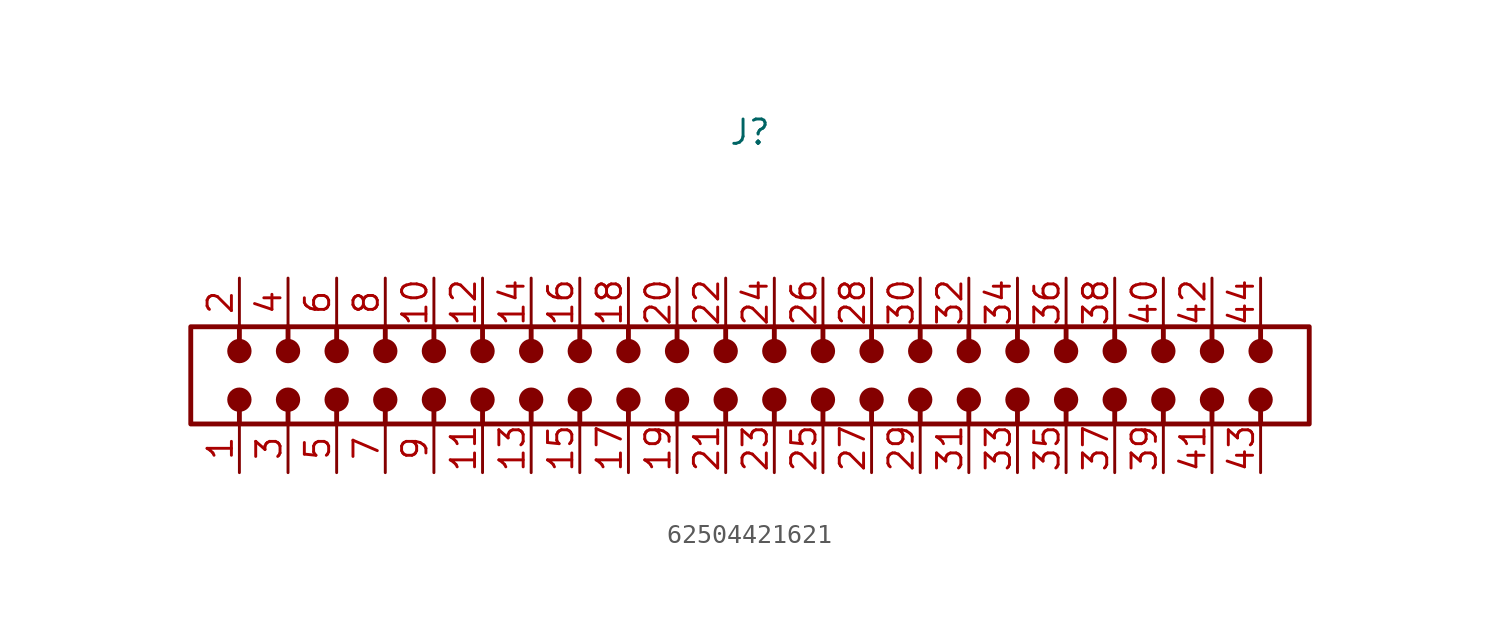
<source format=kicad_sym>
(kicad_symbol_lib
  (version 20241209)
  (generator "kicad_symbol_editor")
  (generator_version "9.0")
  (symbol "62504421621"
    (pin_names
      (hide yes))
    (property "Reference" "J"
      (at 0 12.7 0)
      (effects (font (size 1.27 1.27))))
    (symbol "62504421621_1_1"
      (rectangle (start -29.21 2.54) (end 29.21 -2.54) (stroke (width 0.254) (type solid)) (fill (type none)))
      (polyline (pts (xy -26.67 1.778) (xy -26.67 2.54)) (stroke (width 0.254) (type solid)) (fill (type none)))
      (circle (center -26.67 1.27) (radius 0.508) (stroke (width 0.254) (type solid)) (fill (type outline)))
      (circle (center -26.67 -1.27) (radius 0.508) (stroke (width 0.254) (type solid)) (fill (type outline)))
      (polyline (pts (xy -26.67 -1.778) (xy -26.67 -2.54)) (stroke (width 0.254) (type solid)) (fill (type none)))
      (polyline (pts (xy -24.13 1.778) (xy -24.13 2.54)) (stroke (width 0.254) (type solid)) (fill (type none)))
      (circle (center -24.13 1.27) (radius 0.508) (stroke (width 0.254) (type solid)) (fill (type outline)))
      (circle (center -24.13 -1.27) (radius 0.508) (stroke (width 0.254) (type solid)) (fill (type outline)))
      (polyline (pts (xy -24.13 -1.778) (xy -24.13 -2.54)) (stroke (width 0.254) (type solid)) (fill (type none)))
      (polyline (pts (xy -21.59 1.778) (xy -21.59 2.54)) (stroke (width 0.254) (type solid)) (fill (type none)))
      (circle (center -21.59 1.27) (radius 0.508) (stroke (width 0.254) (type solid)) (fill (type outline)))
      (circle (center -21.59 -1.27) (radius 0.508) (stroke (width 0.254) (type solid)) (fill (type outline)))
      (polyline (pts (xy -21.59 -1.778) (xy -21.59 -2.54)) (stroke (width 0.254) (type solid)) (fill (type none)))
      (polyline (pts (xy -19.05 1.778) (xy -19.05 2.54)) (stroke (width 0.254) (type solid)) (fill (type none)))
      (circle (center -19.05 1.27) (radius 0.508) (stroke (width 0.254) (type solid)) (fill (type outline)))
      (circle (center -19.05 -1.27) (radius 0.508) (stroke (width 0.254) (type solid)) (fill (type outline)))
      (polyline (pts (xy -19.05 -1.778) (xy -19.05 -2.54)) (stroke (width 0.254) (type solid)) (fill (type none)))
      (polyline (pts (xy -16.51 1.778) (xy -16.51 2.54)) (stroke (width 0.254) (type solid)) (fill (type none)))
      (circle (center -16.51 1.27) (radius 0.508) (stroke (width 0.254) (type solid)) (fill (type outline)))
      (circle (center -16.51 -1.27) (radius 0.508) (stroke (width 0.254) (type solid)) (fill (type outline)))
      (polyline (pts (xy -16.51 -1.778) (xy -16.51 -2.54)) (stroke (width 0.254) (type solid)) (fill (type none)))
      (polyline (pts (xy -13.97 1.778) (xy -13.97 2.54)) (stroke (width 0.254) (type solid)) (fill (type none)))
      (circle (center -13.97 1.27) (radius 0.508) (stroke (width 0.254) (type solid)) (fill (type outline)))
      (circle (center -13.97 -1.27) (radius 0.508) (stroke (width 0.254) (type solid)) (fill (type outline)))
      (polyline (pts (xy -13.97 -1.778) (xy -13.97 -2.54)) (stroke (width 0.254) (type solid)) (fill (type none)))
      (polyline (pts (xy -11.43 1.778) (xy -11.43 2.54)) (stroke (width 0.254) (type solid)) (fill (type none)))
      (circle (center -11.43 1.27) (radius 0.508) (stroke (width 0.254) (type solid)) (fill (type outline)))
      (circle (center -11.43 -1.27) (radius 0.508) (stroke (width 0.254) (type solid)) (fill (type outline)))
      (polyline (pts (xy -11.43 -1.778) (xy -11.43 -2.54)) (stroke (width 0.254) (type solid)) (fill (type none)))
      (polyline (pts (xy -8.89 1.778) (xy -8.89 2.54)) (stroke (width 0.254) (type solid)) (fill (type none)))
      (circle (center -8.89 1.27) (radius 0.508) (stroke (width 0.254) (type solid)) (fill (type outline)))
      (circle (center -8.89 -1.27) (radius 0.508) (stroke (width 0.254) (type solid)) (fill (type outline)))
      (polyline (pts (xy -8.89 -1.778) (xy -8.89 -2.54)) (stroke (width 0.254) (type solid)) (fill (type none)))
      (polyline (pts (xy -6.35 1.778) (xy -6.35 2.54)) (stroke (width 0.254) (type solid)) (fill (type none)))
      (circle (center -6.35 1.27) (radius 0.508) (stroke (width 0.254) (type solid)) (fill (type outline)))
      (circle (center -6.35 -1.27) (radius 0.508) (stroke (width 0.254) (type solid)) (fill (type outline)))
      (polyline (pts (xy -6.35 -1.778) (xy -6.35 -2.54)) (stroke (width 0.254) (type solid)) (fill (type none)))
      (polyline (pts (xy -3.81 1.778) (xy -3.81 2.54)) (stroke (width 0.254) (type solid)) (fill (type none)))
      (circle (center -3.81 1.27) (radius 0.508) (stroke (width 0.254) (type solid)) (fill (type outline)))
      (circle (center -3.81 -1.27) (radius 0.508) (stroke (width 0.254) (type solid)) (fill (type outline)))
      (polyline (pts (xy -3.81 -1.778) (xy -3.81 -2.54)) (stroke (width 0.254) (type solid)) (fill (type none)))
      (polyline (pts (xy -1.27 1.778) (xy -1.27 2.54)) (stroke (width 0.254) (type solid)) (fill (type none)))
      (circle (center -1.27 1.27) (radius 0.508) (stroke (width 0.254) (type solid)) (fill (type outline)))
      (circle (center -1.27 -1.27) (radius 0.508) (stroke (width 0.254) (type solid)) (fill (type outline)))
      (polyline (pts (xy -1.27 -1.778) (xy -1.27 -2.54)) (stroke (width 0.254) (type solid)) (fill (type none)))
      (polyline (pts (xy 1.27 1.778) (xy 1.27 2.54)) (stroke (width 0.254) (type solid)) (fill (type none)))
      (circle (center 1.27 1.27) (radius 0.508) (stroke (width 0.254) (type solid)) (fill (type outline)))
      (circle (center 1.27 -1.27) (radius 0.508) (stroke (width 0.254) (type solid)) (fill (type outline)))
      (polyline (pts (xy 1.27 -1.778) (xy 1.27 -2.54)) (stroke (width 0.254) (type solid)) (fill (type none)))
      (polyline (pts (xy 3.81 1.778) (xy 3.81 2.54)) (stroke (width 0.254) (type solid)) (fill (type none)))
      (circle (center 3.81 1.27) (radius 0.508) (stroke (width 0.254) (type solid)) (fill (type outline)))
      (circle (center 3.81 -1.27) (radius 0.508) (stroke (width 0.254) (type solid)) (fill (type outline)))
      (polyline (pts (xy 3.81 -1.778) (xy 3.81 -2.54)) (stroke (width 0.254) (type solid)) (fill (type none)))
      (polyline (pts (xy 6.35 1.778) (xy 6.35 2.54)) (stroke (width 0.254) (type solid)) (fill (type none)))
      (circle (center 6.35 1.27) (radius 0.508) (stroke (width 0.254) (type solid)) (fill (type outline)))
      (circle (center 6.35 -1.27) (radius 0.508) (stroke (width 0.254) (type solid)) (fill (type outline)))
      (polyline (pts (xy 6.35 -1.778) (xy 6.35 -2.54)) (stroke (width 0.254) (type solid)) (fill (type none)))
      (polyline (pts (xy 8.89 1.778) (xy 8.89 2.54)) (stroke (width 0.254) (type solid)) (fill (type none)))
      (circle (center 8.89 1.27) (radius 0.508) (stroke (width 0.254) (type solid)) (fill (type outline)))
      (circle (center 8.89 -1.27) (radius 0.508) (stroke (width 0.254) (type solid)) (fill (type outline)))
      (polyline (pts (xy 8.89 -1.778) (xy 8.89 -2.54)) (stroke (width 0.254) (type solid)) (fill (type none)))
      (polyline (pts (xy 11.43 1.778) (xy 11.43 2.54)) (stroke (width 0.254) (type solid)) (fill (type none)))
      (circle (center 11.43 1.27) (radius 0.508) (stroke (width 0.254) (type solid)) (fill (type outline)))
      (circle (center 11.43 -1.27) (radius 0.508) (stroke (width 0.254) (type solid)) (fill (type outline)))
      (polyline (pts (xy 11.43 -1.778) (xy 11.43 -2.54)) (stroke (width 0.254) (type solid)) (fill (type none)))
      (polyline (pts (xy 13.97 1.778) (xy 13.97 2.54)) (stroke (width 0.254) (type solid)) (fill (type none)))
      (circle (center 13.97 1.27) (radius 0.508) (stroke (width 0.254) (type solid)) (fill (type outline)))
      (circle (center 13.97 -1.27) (radius 0.508) (stroke (width 0.254) (type solid)) (fill (type outline)))
      (polyline (pts (xy 13.97 -1.778) (xy 13.97 -2.54)) (stroke (width 0.254) (type solid)) (fill (type none)))
      (polyline (pts (xy 16.51 1.778) (xy 16.51 2.54)) (stroke (width 0.254) (type solid)) (fill (type none)))
      (circle (center 16.51 1.27) (radius 0.508) (stroke (width 0.254) (type solid)) (fill (type outline)))
      (circle (center 16.51 -1.27) (radius 0.508) (stroke (width 0.254) (type solid)) (fill (type outline)))
      (polyline (pts (xy 16.51 -1.778) (xy 16.51 -2.54)) (stroke (width 0.254) (type solid)) (fill (type none)))
      (polyline (pts (xy 19.05 1.778) (xy 19.05 2.54)) (stroke (width 0.254) (type solid)) (fill (type none)))
      (circle (center 19.05 1.27) (radius 0.508) (stroke (width 0.254) (type solid)) (fill (type outline)))
      (circle (center 19.05 -1.27) (radius 0.508) (stroke (width 0.254) (type solid)) (fill (type outline)))
      (polyline (pts (xy 19.05 -1.778) (xy 19.05 -2.54)) (stroke (width 0.254) (type solid)) (fill (type none)))
      (polyline (pts (xy 21.59 1.778) (xy 21.59 2.54)) (stroke (width 0.254) (type solid)) (fill (type none)))
      (circle (center 21.59 1.27) (radius 0.508) (stroke (width 0.254) (type solid)) (fill (type outline)))
      (circle (center 21.59 -1.27) (radius 0.508) (stroke (width 0.254) (type solid)) (fill (type outline)))
      (polyline (pts (xy 21.59 -1.778) (xy 21.59 -2.54)) (stroke (width 0.254) (type solid)) (fill (type none)))
      (polyline (pts (xy 24.13 1.778) (xy 24.13 2.54)) (stroke (width 0.254) (type solid)) (fill (type none)))
      (circle (center 24.13 1.27) (radius 0.508) (stroke (width 0.254) (type solid)) (fill (type outline)))
      (circle (center 24.13 -1.27) (radius 0.508) (stroke (width 0.254) (type solid)) (fill (type outline)))
      (polyline (pts (xy 24.13 -1.778) (xy 24.13 -2.54)) (stroke (width 0.254) (type solid)) (fill (type none)))
      (polyline (pts (xy 26.67 1.778) (xy 26.67 2.54)) (stroke (width 0.254) (type solid)) (fill (type none)))
      (circle (center 26.67 1.27) (radius 0.508) (stroke (width 0.254) (type solid)) (fill (type outline)))
      (circle (center 26.67 -1.27) (radius 0.508) (stroke (width 0.254) (type solid)) (fill (type outline)))
      (polyline (pts (xy 26.67 -1.778) (xy 26.67 -2.54)) (stroke (width 0.254) (type solid)) (fill (type none)))
      (pin passive line (at -26.67 5.08 270) (length 2.54) (name "2" (effects (font (size 1.27 1.27)))) (number "2" (effects (font (size 1.27 1.27)))))
      (pin passive line (at -26.67 -5.08 90) (length 2.54) (name "1" (effects (font (size 1.27 1.27)))) (number "1" (effects (font (size 1.27 1.27)))))
      (pin passive line (at -24.13 5.08 270) (length 2.54) (name "4" (effects (font (size 1.27 1.27)))) (number "4" (effects (font (size 1.27 1.27)))))
      (pin passive line (at -24.13 -5.08 90) (length 2.54) (name "3" (effects (font (size 1.27 1.27)))) (number "3" (effects (font (size 1.27 1.27)))))
      (pin passive line (at -21.59 5.08 270) (length 2.54) (name "6" (effects (font (size 1.27 1.27)))) (number "6" (effects (font (size 1.27 1.27)))))
      (pin passive line (at -21.59 -5.08 90) (length 2.54) (name "5" (effects (font (size 1.27 1.27)))) (number "5" (effects (font (size 1.27 1.27)))))
      (pin passive line (at -19.05 5.08 270) (length 2.54) (name "8" (effects (font (size 1.27 1.27)))) (number "8" (effects (font (size 1.27 1.27)))))
      (pin passive line (at -19.05 -5.08 90) (length 2.54) (name "7" (effects (font (size 1.27 1.27)))) (number "7" (effects (font (size 1.27 1.27)))))
      (pin passive line (at -16.51 5.08 270) (length 2.54) (name "10" (effects (font (size 1.27 1.27)))) (number "10" (effects (font (size 1.27 1.27)))))
      (pin passive line (at -16.51 -5.08 90) (length 2.54) (name "9" (effects (font (size 1.27 1.27)))) (number "9" (effects (font (size 1.27 1.27)))))
      (pin passive line (at -13.97 5.08 270) (length 2.54) (name "12" (effects (font (size 1.27 1.27)))) (number "12" (effects (font (size 1.27 1.27)))))
      (pin passive line (at -13.97 -5.08 90) (length 2.54) (name "11" (effects (font (size 1.27 1.27)))) (number "11" (effects (font (size 1.27 1.27)))))
      (pin passive line (at -11.43 5.08 270) (length 2.54) (name "14" (effects (font (size 1.27 1.27)))) (number "14" (effects (font (size 1.27 1.27)))))
      (pin passive line (at -11.43 -5.08 90) (length 2.54) (name "13" (effects (font (size 1.27 1.27)))) (number "13" (effects (font (size 1.27 1.27)))))
      (pin passive line (at -8.89 5.08 270) (length 2.54) (name "16" (effects (font (size 1.27 1.27)))) (number "16" (effects (font (size 1.27 1.27)))))
      (pin passive line (at -8.89 -5.08 90) (length 2.54) (name "15" (effects (font (size 1.27 1.27)))) (number "15" (effects (font (size 1.27 1.27)))))
      (pin passive line (at -6.35 5.08 270) (length 2.54) (name "18" (effects (font (size 1.27 1.27)))) (number "18" (effects (font (size 1.27 1.27)))))
      (pin passive line (at -6.35 -5.08 90) (length 2.54) (name "17" (effects (font (size 1.27 1.27)))) (number "17" (effects (font (size 1.27 1.27)))))
      (pin passive line (at -3.81 5.08 270) (length 2.54) (name "20" (effects (font (size 1.27 1.27)))) (number "20" (effects (font (size 1.27 1.27)))))
      (pin passive line (at -3.81 -5.08 90) (length 2.54) (name "19" (effects (font (size 1.27 1.27)))) (number "19" (effects (font (size 1.27 1.27)))))
      (pin passive line (at -1.27 5.08 270) (length 2.54) (name "22" (effects (font (size 1.27 1.27)))) (number "22" (effects (font (size 1.27 1.27)))))
      (pin passive line (at -1.27 -5.08 90) (length 2.54) (name "21" (effects (font (size 1.27 1.27)))) (number "21" (effects (font (size 1.27 1.27)))))
      (pin passive line (at 1.27 5.08 270) (length 2.54) (name "24" (effects (font (size 1.27 1.27)))) (number "24" (effects (font (size 1.27 1.27)))))
      (pin passive line (at 1.27 -5.08 90) (length 2.54) (name "23" (effects (font (size 1.27 1.27)))) (number "23" (effects (font (size 1.27 1.27)))))
      (pin passive line (at 3.81 5.08 270) (length 2.54) (name "26" (effects (font (size 1.27 1.27)))) (number "26" (effects (font (size 1.27 1.27)))))
      (pin passive line (at 3.81 -5.08 90) (length 2.54) (name "25" (effects (font (size 1.27 1.27)))) (number "25" (effects (font (size 1.27 1.27)))))
      (pin passive line (at 6.35 5.08 270) (length 2.54) (name "28" (effects (font (size 1.27 1.27)))) (number "28" (effects (font (size 1.27 1.27)))))
      (pin passive line (at 6.35 -5.08 90) (length 2.54) (name "27" (effects (font (size 1.27 1.27)))) (number "27" (effects (font (size 1.27 1.27)))))
      (pin passive line (at 8.89 5.08 270) (length 2.54) (name "30" (effects (font (size 1.27 1.27)))) (number "30" (effects (font (size 1.27 1.27)))))
      (pin passive line (at 8.89 -5.08 90) (length 2.54) (name "29" (effects (font (size 1.27 1.27)))) (number "29" (effects (font (size 1.27 1.27)))))
      (pin passive line (at 11.43 5.08 270) (length 2.54) (name "32" (effects (font (size 1.27 1.27)))) (number "32" (effects (font (size 1.27 1.27)))))
      (pin passive line (at 11.43 -5.08 90) (length 2.54) (name "31" (effects (font (size 1.27 1.27)))) (number "31" (effects (font (size 1.27 1.27)))))
      (pin passive line (at 13.97 5.08 270) (length 2.54) (name "34" (effects (font (size 1.27 1.27)))) (number "34" (effects (font (size 1.27 1.27)))))
      (pin passive line (at 13.97 -5.08 90) (length 2.54) (name "33" (effects (font (size 1.27 1.27)))) (number "33" (effects (font (size 1.27 1.27)))))
      (pin passive line (at 16.51 5.08 270) (length 2.54) (name "36" (effects (font (size 1.27 1.27)))) (number "36" (effects (font (size 1.27 1.27)))))
      (pin passive line (at 16.51 -5.08 90) (length 2.54) (name "35" (effects (font (size 1.27 1.27)))) (number "35" (effects (font (size 1.27 1.27)))))
      (pin passive line (at 19.05 5.08 270) (length 2.54) (name "38" (effects (font (size 1.27 1.27)))) (number "38" (effects (font (size 1.27 1.27)))))
      (pin passive line (at 19.05 -5.08 90) (length 2.54) (name "37" (effects (font (size 1.27 1.27)))) (number "37" (effects (font (size 1.27 1.27)))))
      (pin passive line (at 21.59 5.08 270) (length 2.54) (name "40" (effects (font (size 1.27 1.27)))) (number "40" (effects (font (size 1.27 1.27)))))
      (pin passive line (at 21.59 -5.08 90) (length 2.54) (name "39" (effects (font (size 1.27 1.27)))) (number "39" (effects (font (size 1.27 1.27)))))
      (pin passive line (at 24.13 5.08 270) (length 2.54) (name "42" (effects (font (size 1.27 1.27)))) (number "42" (effects (font (size 1.27 1.27)))))
      (pin passive line (at 24.13 -5.08 90) (length 2.54) (name "41" (effects (font (size 1.27 1.27)))) (number "41" (effects (font (size 1.27 1.27)))))
      (pin passive line (at 26.67 5.08 270) (length 2.54) (name "44" (effects (font (size 1.27 1.27)))) (number "44" (effects (font (size 1.27 1.27)))))
      (pin passive line (at 26.67 -5.08 90) (length 2.54) (name "43" (effects (font (size 1.27 1.27)))) (number "43" (effects (font (size 1.27 1.27))))))))
</source>
